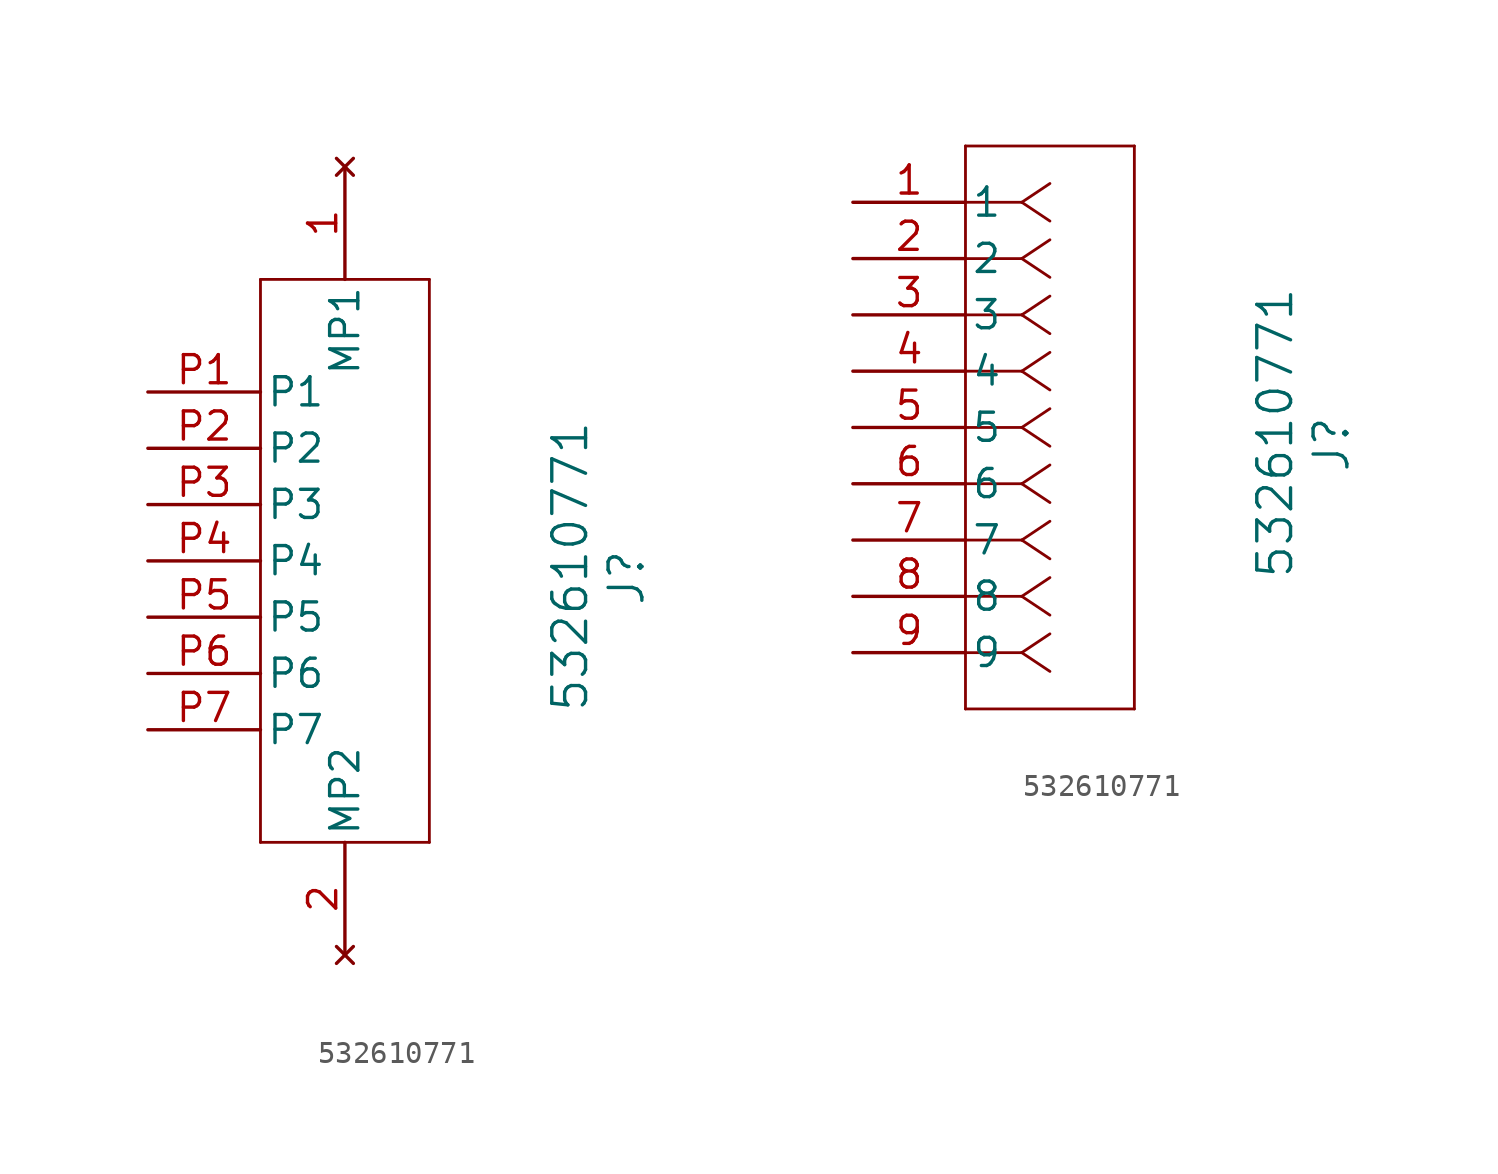
<source format=kicad_sym>
(kicad_symbol_lib
  (version 20231120)
  (generator "kicad_symbol_editor")
  (generator_version "8.0")
  (symbol "532610771"
    (pin_names
      (offset 0.254))
    (property "Reference" "J"
      (at 21.59 -10.922 90)
      (effects (font (size 1.524 1.524))))
    (property "Value" "532610771"
      (at 19.05 -10.414 90)
      (effects (font (size 1.524 1.524))))
    (property "ki_locked" ""
      (at 0 0 0)
      (effects (font (size 1.27 1.27))))
    (symbol "532610771_1_1"
      (polyline (pts (xy 5.08 -22.86) (xy 12.7 -22.86)) (stroke (width 0.127) (type default)) (fill (type none)))
      (polyline (pts (xy 5.08 2.54) (xy 5.08 -22.86)) (stroke (width 0.127) (type default)) (fill (type none)))
      (polyline (pts (xy 12.7 -22.86) (xy 12.7 2.54)) (stroke (width 0.127) (type default)) (fill (type none)))
      (polyline (pts (xy 12.7 2.54) (xy 5.08 2.54)) (stroke (width 0.127) (type default)) (fill (type none)))
      (pin no_connect line (at 8.89 7.62 270) (length 5.08) (name "MP1" (effects (font (size 1.27 1.27)))) (number "1" (effects (font (size 1.27 1.27)))))
      (pin no_connect line (at 8.89 -27.94 90) (length 5.08) (name "MP2" (effects (font (size 1.27 1.27)))) (number "2" (effects (font (size 1.27 1.27)))))
      (pin passive line (at 0 -2.54 0) (length 5.08) (name "P1" (effects (font (size 1.27 1.27)))) (number "P1" (effects (font (size 1.27 1.27)))))
      (pin passive line (at 0 -5.08 0) (length 5.08) (name "P2" (effects (font (size 1.27 1.27)))) (number "P2" (effects (font (size 1.27 1.27)))))
      (pin passive line (at 0 -7.62 0) (length 5.08) (name "P3" (effects (font (size 1.27 1.27)))) (number "P3" (effects (font (size 1.27 1.27)))))
      (pin passive line (at 0 -10.16 0) (length 5.08) (name "P4" (effects (font (size 1.27 1.27)))) (number "P4" (effects (font (size 1.27 1.27)))))
      (pin passive line (at 0 -12.7 0) (length 5.08) (name "P5" (effects (font (size 1.27 1.27)))) (number "P5" (effects (font (size 1.27 1.27)))))
      (pin passive line (at 0 -15.24 0) (length 5.08) (name "P6" (effects (font (size 1.27 1.27)))) (number "P6" (effects (font (size 1.27 1.27)))))
      (pin passive line (at 0 -17.78 0) (length 5.08) (name "P7" (effects (font (size 1.27 1.27)))) (number "P7" (effects (font (size 1.27 1.27))))))
    (symbol "532610771_1_2"
      (polyline (pts (xy 5.08 -22.86) (xy 12.7 -22.86)) (stroke (width 0.127) (type default)) (fill (type none)))
      (polyline (pts (xy 5.08 2.54) (xy 5.08 -22.86)) (stroke (width 0.127) (type default)) (fill (type none)))
      (polyline (pts (xy 7.62 -20.32) (xy 5.08 -20.32)) (stroke (width 0.127) (type default)) (fill (type none)))
      (polyline (pts (xy 7.62 -20.32) (xy 8.89 -21.167)) (stroke (width 0.127) (type default)) (fill (type none)))
      (polyline (pts (xy 7.62 -20.32) (xy 8.89 -19.473)) (stroke (width 0.127) (type default)) (fill (type none)))
      (polyline (pts (xy 7.62 -17.78) (xy 5.08 -17.78)) (stroke (width 0.127) (type default)) (fill (type none)))
      (polyline (pts (xy 7.62 -17.78) (xy 8.89 -18.627)) (stroke (width 0.127) (type default)) (fill (type none)))
      (polyline (pts (xy 7.62 -17.78) (xy 8.89 -16.933)) (stroke (width 0.127) (type default)) (fill (type none)))
      (polyline (pts (xy 7.62 -15.24) (xy 5.08 -15.24)) (stroke (width 0.127) (type default)) (fill (type none)))
      (polyline (pts (xy 7.62 -15.24) (xy 8.89 -16.087)) (stroke (width 0.127) (type default)) (fill (type none)))
      (polyline (pts (xy 7.62 -15.24) (xy 8.89 -14.393)) (stroke (width 0.127) (type default)) (fill (type none)))
      (polyline (pts (xy 7.62 -12.7) (xy 5.08 -12.7)) (stroke (width 0.127) (type default)) (fill (type none)))
      (polyline (pts (xy 7.62 -12.7) (xy 8.89 -13.547)) (stroke (width 0.127) (type default)) (fill (type none)))
      (polyline (pts (xy 7.62 -12.7) (xy 8.89 -11.853)) (stroke (width 0.127) (type default)) (fill (type none)))
      (polyline (pts (xy 7.62 -10.16) (xy 5.08 -10.16)) (stroke (width 0.127) (type default)) (fill (type none)))
      (polyline (pts (xy 7.62 -10.16) (xy 8.89 -11.007)) (stroke (width 0.127) (type default)) (fill (type none)))
      (polyline (pts (xy 7.62 -10.16) (xy 8.89 -9.313)) (stroke (width 0.127) (type default)) (fill (type none)))
      (polyline (pts (xy 7.62 -7.62) (xy 5.08 -7.62)) (stroke (width 0.127) (type default)) (fill (type none)))
      (polyline (pts (xy 7.62 -7.62) (xy 8.89 -8.467)) (stroke (width 0.127) (type default)) (fill (type none)))
      (polyline (pts (xy 7.62 -7.62) (xy 8.89 -6.773)) (stroke (width 0.127) (type default)) (fill (type none)))
      (polyline (pts (xy 7.62 -5.08) (xy 5.08 -5.08)) (stroke (width 0.127) (type default)) (fill (type none)))
      (polyline (pts (xy 7.62 -5.08) (xy 8.89 -5.927)) (stroke (width 0.127) (type default)) (fill (type none)))
      (polyline (pts (xy 7.62 -5.08) (xy 8.89 -4.233)) (stroke (width 0.127) (type default)) (fill (type none)))
      (polyline (pts (xy 7.62 -2.54) (xy 5.08 -2.54)) (stroke (width 0.127) (type default)) (fill (type none)))
      (polyline (pts (xy 7.62 -2.54) (xy 8.89 -3.387)) (stroke (width 0.127) (type default)) (fill (type none)))
      (polyline (pts (xy 7.62 -2.54) (xy 8.89 -1.693)) (stroke (width 0.127) (type default)) (fill (type none)))
      (polyline (pts (xy 7.62 0) (xy 5.08 0)) (stroke (width 0.127) (type default)) (fill (type none)))
      (polyline (pts (xy 7.62 0) (xy 8.89 -0.847)) (stroke (width 0.127) (type default)) (fill (type none)))
      (polyline (pts (xy 7.62 0) (xy 8.89 0.847)) (stroke (width 0.127) (type default)) (fill (type none)))
      (polyline (pts (xy 12.7 -22.86) (xy 12.7 2.54)) (stroke (width 0.127) (type default)) (fill (type none)))
      (polyline (pts (xy 12.7 2.54) (xy 5.08 2.54)) (stroke (width 0.127) (type default)) (fill (type none)))
      (pin unspecified line (at 0 0 0) (length 5.08) (name "1" (effects (font (size 1.27 1.27)))) (number "1" (effects (font (size 1.27 1.27)))))
      (pin unspecified line (at 0 -2.54 0) (length 5.08) (name "2" (effects (font (size 1.27 1.27)))) (number "2" (effects (font (size 1.27 1.27)))))
      (pin unspecified line (at 0 -5.08 0) (length 5.08) (name "3" (effects (font (size 1.27 1.27)))) (number "3" (effects (font (size 1.27 1.27)))))
      (pin unspecified line (at 0 -7.62 0) (length 5.08) (name "4" (effects (font (size 1.27 1.27)))) (number "4" (effects (font (size 1.27 1.27)))))
      (pin unspecified line (at 0 -10.16 0) (length 5.08) (name "5" (effects (font (size 1.27 1.27)))) (number "5" (effects (font (size 1.27 1.27)))))
      (pin unspecified line (at 0 -12.7 0) (length 5.08) (name "6" (effects (font (size 1.27 1.27)))) (number "6" (effects (font (size 1.27 1.27)))))
      (pin unspecified line (at 0 -15.24 0) (length 5.08) (name "7" (effects (font (size 1.27 1.27)))) (number "7" (effects (font (size 1.27 1.27)))))
      (pin unspecified line (at 0 -17.78 0) (length 5.08) (name "8" (effects (font (size 1.27 1.27)))) (number "8" (effects (font (size 1.27 1.27)))))
      (pin unspecified line (at 0 -20.32 0) (length 5.08) (name "9" (effects (font (size 1.27 1.27)))) (number "9" (effects (font (size 1.27 1.27))))))))
</source>
